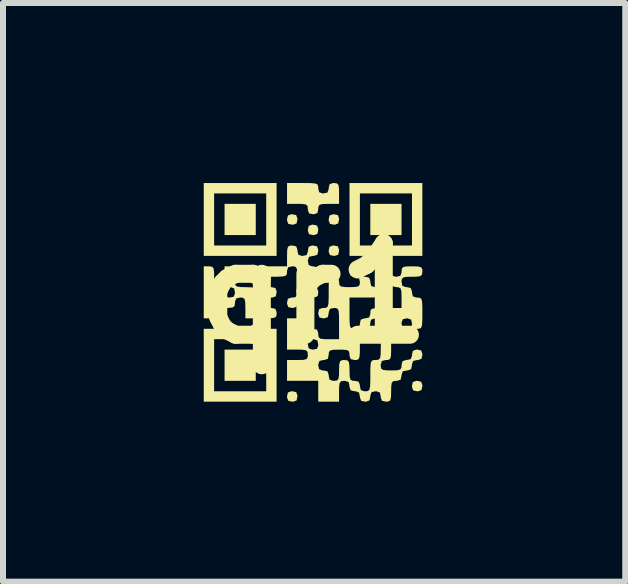
<source format=kicad_pcb>
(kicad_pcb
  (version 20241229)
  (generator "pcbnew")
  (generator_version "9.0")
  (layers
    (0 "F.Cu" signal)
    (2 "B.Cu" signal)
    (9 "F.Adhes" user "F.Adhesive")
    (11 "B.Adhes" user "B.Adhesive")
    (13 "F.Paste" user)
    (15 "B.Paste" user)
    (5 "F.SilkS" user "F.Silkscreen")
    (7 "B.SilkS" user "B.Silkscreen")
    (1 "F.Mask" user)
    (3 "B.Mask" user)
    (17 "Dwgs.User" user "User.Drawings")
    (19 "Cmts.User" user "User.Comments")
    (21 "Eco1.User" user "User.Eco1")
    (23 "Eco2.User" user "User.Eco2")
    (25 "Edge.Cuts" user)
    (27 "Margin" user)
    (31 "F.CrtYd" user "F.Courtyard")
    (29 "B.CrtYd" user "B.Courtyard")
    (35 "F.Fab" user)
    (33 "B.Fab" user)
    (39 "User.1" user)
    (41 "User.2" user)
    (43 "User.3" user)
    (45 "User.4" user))
  (footprint "qr1"
    (layer "F.Cu")
    (at 2.184 1.839)
    (property "Reference" "qr1" (at 0 0 0) (layer "F.SilkS") (effects (font (size 1.524 1.524) (thickness 0.3))))
    (attr board_only exclude_from_pos_files exclude_from_bom)
    (fp_poly (pts (xy -0.972 -0.972) (xy -1.492 -0.972) (xy -1.492 -1.492) (xy -0.972 -1.492)) (stroke (width 0) (type solid)) (fill yes) (layer "F.SilkS"))
    (fp_poly (pts (xy -0.972 1.457) (xy -1.492 1.457) (xy -1.492 0.937) (xy -0.972 0.937)) (stroke (width 0) (type solid)) (fill yes) (layer "F.SilkS"))
    (fp_poly (pts (xy 1.457 -0.972) (xy 0.937 -0.972) (xy 0.937 -1.492) (xy 1.457 -1.492)) (stroke (width 0) (type solid)) (fill yes) (layer "F.SilkS"))
    (fp_poly (pts (xy -0.625 -0.625) (xy -1.839 -0.625) (xy -1.839 -1.666) (xy -1.666 -1.666) (xy -1.666 -0.798) (xy -0.798 -0.798) (xy -0.798 -1.666) (xy -1.666 -1.666) (xy -1.839 -1.666) (xy -1.839 -1.839) (xy -0.625 -1.839)) (stroke (width 0) (type solid)) (fill yes) (layer "F.SilkS"))
    (fp_poly (pts (xy -0.625 1.804) (xy -1.839 1.804) (xy -1.839 0.763) (xy -1.666 0.763) (xy -1.666 1.631) (xy -0.798 1.631) (xy -0.798 0.763) (xy -1.666 0.763) (xy -1.839 0.763) (xy -1.839 0.59) (xy -0.625 0.59)) (stroke (width 0) (type solid)) (fill yes) (layer "F.SilkS"))
    (fp_poly (pts (xy 1.804 -0.625) (xy 0.59 -0.625) (xy 0.59 -1.666) (xy 0.763 -1.666) (xy 0.763 -0.798) (xy 1.631 -0.798) (xy 1.631 -1.666) (xy 0.763 -1.666) (xy 0.59 -1.666) (xy 0.59 -1.839) (xy 1.804 -1.839)) (stroke (width 0) (type solid)) (fill yes) (layer "F.SilkS"))
    (fp_poly (pts (xy -0.298 -1.304) (xy -0.278 -1.248) (xy -0.278 -1.232) (xy -0.292 -1.166) (xy -0.348 -1.145) (xy -0.364 -1.145) (xy -0.43 -1.159) (xy -0.451 -1.216) (xy -0.451 -1.232) (xy -0.437 -1.298) (xy -0.38 -1.318) (xy -0.364 -1.319)) (stroke (width 0) (type solid)) (fill yes) (layer "F.SilkS"))
    (fp_poly (pts (xy -0.298 1.645) (xy -0.278 1.702) (xy -0.278 1.718) (xy -0.292 1.784) (xy -0.348 1.804) (xy -0.364 1.804) (xy -0.43 1.79) (xy -0.451 1.734) (xy -0.451 1.718) (xy -0.437 1.652) (xy -0.38 1.631) (xy -0.364 1.631)) (stroke (width 0) (type solid)) (fill yes) (layer "F.SilkS"))
    (fp_poly (pts (xy 0.049 -1.131) (xy 0.069 -1.074) (xy 0.069 -1.058) (xy 0.055 -0.992) (xy -0.001 -0.972) (xy -0.017 -0.972) (xy -0.083 -0.986) (xy -0.104 -1.042) (xy -0.104 -1.058) (xy -0.09 -1.124) (xy -0.033 -1.145) (xy -0.017 -1.145)) (stroke (width 0) (type solid)) (fill yes) (layer "F.SilkS"))
    (fp_poly (pts (xy 0.396 -1.304) (xy 0.416 -1.248) (xy 0.416 -1.232) (xy 0.402 -1.166) (xy 0.346 -1.145) (xy 0.33 -1.145) (xy 0.264 -1.159) (xy 0.243 -1.216) (xy 0.243 -1.232) (xy 0.257 -1.298) (xy 0.314 -1.318) (xy 0.33 -1.319)) (stroke (width 0) (type solid)) (fill yes) (layer "F.SilkS"))
    (fp_poly (pts (xy 0.396 -0.784) (xy 0.416 -0.727) (xy 0.416 -0.711) (xy 0.402 -0.645) (xy 0.346 -0.625) (xy 0.33 -0.625) (xy 0.264 -0.639) (xy 0.243 -0.695) (xy 0.243 -0.711) (xy 0.257 -0.777) (xy 0.314 -0.798) (xy 0.33 -0.798)) (stroke (width 0) (type solid)) (fill yes) (layer "F.SilkS"))
    (fp_poly (pts (xy 1.09 0.604) (xy 1.11 0.661) (xy 1.11 0.677) (xy 1.096 0.743) (xy 1.04 0.763) (xy 1.024 0.763) (xy 0.958 0.749) (xy 0.937 0.693) (xy 0.937 0.677) (xy 0.951 0.611) (xy 1.008 0.59) (xy 1.024 0.59)) (stroke (width 0) (type solid)) (fill yes) (layer "F.SilkS"))
    (fp_poly (pts (xy 1.784 1.472) (xy 1.804 1.528) (xy 1.804 1.544) (xy 1.79 1.61) (xy 1.734 1.631) (xy 1.718 1.631) (xy 1.652 1.617) (xy 1.631 1.56) (xy 1.631 1.544) (xy 1.645 1.478) (xy 1.702 1.458) (xy 1.718 1.457)) (stroke (width 0) (type solid)) (fill yes) (layer "F.SilkS"))
    (fp_poly (pts (xy -0.058 -1.838) (xy 0.019 -1.831) (xy 0.057 -1.815) (xy 0.068 -1.783) (xy 0.069 -1.752) (xy 0.084 -1.686) (xy 0.14 -1.666) (xy 0.156 -1.666) (xy 0.222 -1.68) (xy 0.243 -1.736) (xy 0.243 -1.752) (xy 0.257 -1.818) (xy 0.314 -1.839) (xy 0.33 -1.839) (xy 0.381 -1.833) (xy 0.407 -1.805) (xy 0.416 -1.735) (xy 0.416 -1.666) (xy 0.416 -1.492) (xy 0.243 -1.492) (xy 0.14 -1.489) (xy 0.089 -1.475) (xy 0.071 -1.44) (xy 0.069 -1.405) (xy 0.055 -1.339) (xy -0.001 -1.319) (xy -0.017 -1.319) (xy -0.083 -1.333) (xy -0.104 -1.389) (xy -0.104 -1.405) (xy -0.11 -1.457) (xy -0.138 -1.482) (xy -0.208 -1.491) (xy -0.278 -1.492) (xy -0.451 -1.492) (xy -0.451 -1.839) (xy -0.191 -1.839)) (stroke (width 0) (type solid)) (fill yes) (layer "F.SilkS"))
    (fp_poly (pts (xy 0.049 -0.784) (xy 0.069 -0.727) (xy 0.069 -0.711) (xy 0.055 -0.645) (xy -0.001 -0.625) (xy -0.017 -0.625) (xy -0.083 -0.61) (xy -0.104 -0.554) (xy -0.104 -0.538) (xy -0.09 -0.472) (xy -0.033 -0.451) (xy -0.017 -0.451) (xy 0.049 -0.437) (xy 0.069 -0.38) (xy 0.069 -0.364) (xy 0.055 -0.298) (xy -0.001 -0.278) (xy -0.017 -0.278) (xy -0.083 -0.263) (xy -0.104 -0.207) (xy -0.104 -0.191) (xy -0.09 -0.125) (xy -0.033 -0.104) (xy -0.017 -0.104) (xy 0.049 -0.09) (xy 0.069 -0.033) (xy 0.069 -0.017) (xy 0.064 0.034) (xy 0.035 0.06) (xy -0.034 0.069) (xy -0.104 0.069) (xy -0.207 0.072) (xy -0.258 0.087) (xy -0.276 0.121) (xy -0.278 0.156) (xy -0.292 0.222) (xy -0.348 0.243) (xy -0.364 0.243) (xy -0.43 0.229) (xy -0.451 0.172) (xy -0.451 0.156) (xy -0.437 0.09) (xy -0.38 0.07) (xy -0.364 0.069) (xy -0.32 0.066) (xy -0.294 0.047) (xy -0.282 -0.004) (xy -0.278 -0.099) (xy -0.278 -0.191) (xy -0.279 -0.323) (xy -0.285 -0.401) (xy -0.302 -0.438) (xy -0.334 -0.45) (xy -0.364 -0.451) (xy -0.43 -0.437) (xy -0.451 -0.38) (xy -0.451 -0.364) (xy -0.454 -0.32) (xy -0.474 -0.294) (xy -0.524 -0.282) (xy -0.62 -0.278) (xy -0.711 -0.278) (xy -0.844 -0.279) (xy -0.921 -0.285) (xy -0.959 -0.302) (xy -0.971 -0.334) (xy -0.972 -0.364) (xy -0.968 -0.408) (xy -0.949 -0.434) (xy -0.899 -0.447) (xy -0.803 -0.451) (xy -0.711 -0.451) (xy -0.451 -0.451) (xy -0.451 -0.625) (xy -0.448 -0.728) (xy -0.434 -0.779) (xy -0.399 -0.796) (xy -0.364 -0.798) (xy -0.298 -0.784) (xy -0.278 -0.727) (xy -0.278 -0.711) (xy -0.263 -0.645) (xy -0.207 -0.625) (xy -0.191 -0.625) (xy -0.125 -0.639) (xy -0.104 -0.695) (xy -0.104 -0.711) (xy -0.09 -0.777) (xy -0.033 -0.798) (xy -0.017 -0.798)) (stroke (width 0) (type solid)) (fill yes) (layer "F.SilkS"))
    (fp_poly (pts (xy -1.701 -0.445) (xy -1.675 -0.417) (xy -1.666 -0.347) (xy -1.666 -0.278) (xy -1.663 -0.175) (xy -1.648 -0.123) (xy -1.614 -0.106) (xy -1.579 -0.104) (xy -1.527 -0.11) (xy -1.502 -0.138) (xy -1.493 -0.208) (xy -1.492 -0.278) (xy -1.492 -0.451) (xy -1.319 -0.451) (xy -1.216 -0.448) (xy -1.164 -0.434) (xy -1.147 -0.399) (xy -1.145 -0.364) (xy -1.159 -0.298) (xy -1.216 -0.278) (xy -1.232 -0.278) (xy -1.298 -0.263) (xy -1.318 -0.207) (xy -1.319 -0.191) (xy -1.313 -0.139) (xy -1.284 -0.114) (xy -1.215 -0.105) (xy -1.145 -0.104) (xy -1.042 -0.101) (xy -0.991 -0.087) (xy -0.973 -0.052) (xy -0.972 -0.017) (xy -0.957 0.049) (xy -0.901 0.069) (xy -0.885 0.069) (xy -0.819 0.055) (xy -0.798 -0.001) (xy -0.798 -0.017) (xy -0.784 -0.083) (xy -0.727 -0.104) (xy -0.711 -0.104) (xy -0.645 -0.09) (xy -0.625 -0.033) (xy -0.625 -0.017) (xy -0.639 0.049) (xy -0.695 0.069) (xy -0.711 0.069) (xy -0.777 0.084) (xy -0.798 0.14) (xy -0.798 0.156) (xy -0.784 0.222) (xy -0.727 0.243) (xy -0.711 0.243) (xy -0.645 0.257) (xy -0.625 0.314) (xy -0.625 0.33) (xy -0.628 0.374) (xy -0.647 0.4) (xy -0.698 0.412) (xy -0.793 0.416) (xy -0.885 0.416) (xy -1.145 0.416) (xy -1.145 0.243) (xy -1.148 0.14) (xy -1.162 0.089) (xy -1.197 0.071) (xy -1.232 0.069) (xy -1.298 0.084) (xy -1.318 0.14) (xy -1.319 0.156) (xy -1.324 0.208) (xy -1.353 0.233) (xy -1.422 0.242) (xy -1.492 0.243) (xy -1.595 0.246) (xy -1.646 0.26) (xy -1.664 0.295) (xy -1.666 0.33) (xy -1.68 0.396) (xy -1.736 0.416) (xy -1.752 0.416) (xy -1.839 0.416) (xy -1.839 -0.017) (xy -1.492 -0.017) (xy -1.478 0.049) (xy -1.421 0.069) (xy -1.405 0.069) (xy -1.339 0.055) (xy -1.319 -0.001) (xy -1.319 -0.017) (xy -1.333 -0.083) (xy -1.389 -0.104) (xy -1.405 -0.104) (xy -1.471 -0.09) (xy -1.492 -0.033) (xy -1.492 -0.017) (xy -1.839 -0.017) (xy -1.839 -0.451) (xy -1.752 -0.451)) (stroke (width 0) (type solid)) (fill yes) (layer "F.SilkS"))
    (fp_poly (pts (xy 1.734 -0.448) (xy 1.785 -0.434) (xy 1.803 -0.399) (xy 1.804 -0.364) (xy 1.799 -0.313) (xy 1.77 -0.287) (xy 1.701 -0.278) (xy 1.631 -0.278) (xy 1.528 -0.275) (xy 1.477 -0.26) (xy 1.459 -0.226) (xy 1.457 -0.191) (xy 1.472 -0.125) (xy 1.528 -0.104) (xy 1.544 -0.104) (xy 1.61 -0.09) (xy 1.631 -0.033) (xy 1.631 -0.017) (xy 1.645 0.049) (xy 1.702 0.069) (xy 1.718 0.069) (xy 1.762 0.073) (xy 1.788 0.092) (xy 1.8 0.142) (xy 1.804 0.238) (xy 1.804 0.33) (xy 1.803 0.462) (xy 1.797 0.54) (xy 1.78 0.577) (xy 1.748 0.589) (xy 1.718 0.59) (xy 1.652 0.604) (xy 1.631 0.661) (xy 1.631 0.677) (xy 1.625 0.728) (xy 1.597 0.754) (xy 1.527 0.763) (xy 1.457 0.763) (xy 1.284 0.763) (xy 1.284 0.937) (xy 1.281 1.04) (xy 1.267 1.091) (xy 1.232 1.109) (xy 1.197 1.11) (xy 1.131 1.125) (xy 1.111 1.181) (xy 1.11 1.197) (xy 1.116 1.249) (xy 1.145 1.274) (xy 1.214 1.283) (xy 1.284 1.284) (xy 1.387 1.281) (xy 1.438 1.267) (xy 1.456 1.232) (xy 1.457 1.197) (xy 1.472 1.131) (xy 1.528 1.111) (xy 1.544 1.11) (xy 1.61 1.096) (xy 1.631 1.04) (xy 1.631 1.024) (xy 1.645 0.958) (xy 1.702 0.937) (xy 1.718 0.937) (xy 1.784 0.951) (xy 1.804 1.008) (xy 1.804 1.024) (xy 1.79 1.09) (xy 1.734 1.11) (xy 1.718 1.11) (xy 1.652 1.125) (xy 1.631 1.181) (xy 1.631 1.197) (xy 1.617 1.263) (xy 1.56 1.284) (xy 1.544 1.284) (xy 1.478 1.298) (xy 1.458 1.355) (xy 1.457 1.371) (xy 1.443 1.437) (xy 1.387 1.457) (xy 1.371 1.457) (xy 1.319 1.463) (xy 1.293 1.492) (xy 1.285 1.561) (xy 1.284 1.631) (xy 1.281 1.734) (xy 1.267 1.785) (xy 1.232 1.803) (xy 1.197 1.804) (xy 1.131 1.79) (xy 1.111 1.734) (xy 1.11 1.718) (xy 1.096 1.652) (xy 1.04 1.631) (xy 1.024 1.631) (xy 0.958 1.645) (xy 0.937 1.702) (xy 0.937 1.718) (xy 0.923 1.784) (xy 0.866 1.804) (xy 0.85 1.804) (xy 0.784 1.79) (xy 0.764 1.734) (xy 0.763 1.718) (xy 0.749 1.652) (xy 0.693 1.631) (xy 0.677 1.631) (xy 0.611 1.617) (xy 0.59 1.56) (xy 0.59 1.544) (xy 0.576 1.478) (xy 0.519 1.458) (xy 0.503 1.457) (xy 0.452 1.463) (xy 0.426 1.492) (xy 0.417 1.561) (xy 0.416 1.631) (xy 0.416 1.804) (xy 0.069 1.804) (xy 0.069 1.457) (xy -0.451 1.457) (xy -0.451 1.197) (xy 0.069 1.197) (xy 0.084 1.263) (xy 0.14 1.284) (xy 0.156 1.284) (xy 0.222 1.298) (xy 0.243 1.355) (xy 0.243 1.371) (xy 0.257 1.437) (xy 0.314 1.457) (xy 0.33 1.457) (xy 0.381 1.452) (xy 0.407 1.423) (xy 0.416 1.354) (xy 0.416 1.284) (xy 0.419 1.181) (xy 0.434 1.13) (xy 0.468 1.112) (xy 0.503 1.11) (xy 0.555 1.116) (xy 0.58 1.145) (xy 0.589 1.214) (xy 0.59 1.284) (xy 0.593 1.387) (xy 0.607 1.438) (xy 0.642 1.456) (xy 0.677 1.457) (xy 0.743 1.472) (xy 0.763 1.528) (xy 0.763 1.544) (xy 0.778 1.61) (xy 0.834 1.631) (xy 0.85 1.631) (xy 0.894 1.628) (xy 0.92 1.608) (xy 0.933 1.558) (xy 0.937 1.462) (xy 0.937 1.371) (xy 0.938 1.238) (xy 0.944 1.161) (xy 0.961 1.123) (xy 0.993 1.111) (xy 1.024 1.11) (xy 1.075 1.105) (xy 1.101 1.076) (xy 1.11 1.007) (xy 1.11 0.937) (xy 1.113 0.834) (xy 1.128 0.783) (xy 1.162 0.765) (xy 1.197 0.763) (xy 1.249 0.758) (xy 1.274 0.729) (xy 1.283 0.66) (xy 1.284 0.59) (xy 1.284 0.503) (xy 1.457 0.503) (xy 1.472 0.569) (xy 1.528 0.59) (xy 1.544 0.59) (xy 1.61 0.576) (xy 1.631 0.519) (xy 1.631 0.503) (xy 1.617 0.437) (xy 1.56 0.417) (xy 1.544 0.416) (xy 1.478 0.431) (xy 1.458 0.487) (xy 1.457 0.503) (xy 1.284 0.503) (xy 1.284 0.416) (xy 1.11 0.416) (xy 1.007 0.419) (xy 0.956 0.434) (xy 0.939 0.468) (xy 0.937 0.503) (xy 0.923 0.569) (xy 0.866 0.59) (xy 0.85 0.59) (xy 0.806 0.593) (xy 0.78 0.613) (xy 0.768 0.663) (xy 0.764 0.759) (xy 0.763 0.85) (xy 0.762 0.983) (xy 0.756 1.06) (xy 0.739 1.098) (xy 0.707 1.109) (xy 0.677 1.11) (xy 0.611 1.096) (xy 0.59 1.04) (xy 0.59 1.024) (xy 0.584 0.972) (xy 0.556 0.946) (xy 0.486 0.938) (xy 0.416 0.937) (xy 0.313 0.94) (xy 0.262 0.954) (xy 0.245 0.989) (xy 0.243 1.024) (xy 0.229 1.09) (xy 0.172 1.11) (xy 0.156 1.11) (xy 0.09 1.125) (xy 0.07 1.181) (xy 0.069 1.197) (xy -0.451 1.197) (xy -0.451 1.11) (xy -0.278 1.11) (xy -0.175 1.108) (xy -0.123 1.093) (xy -0.106 1.058) (xy -0.104 1.024) (xy -0.11 0.972) (xy -0.138 0.946) (xy -0.208 0.938) (xy -0.278 0.937) (xy -0.451 0.937) (xy -0.451 0.85) (xy -0.104 0.85) (xy -0.09 0.916) (xy -0.033 0.937) (xy -0.017 0.937) (xy 0.049 0.923) (xy 0.069 0.866) (xy 0.069 0.85) (xy 0.055 0.784) (xy -0.001 0.764) (xy -0.017 0.763) (xy -0.083 0.778) (xy -0.104 0.834) (xy -0.104 0.85) (xy -0.451 0.85) (xy -0.451 0.416) (xy -0.278 0.416) (xy -0.175 0.419) (xy -0.123 0.434) (xy -0.106 0.468) (xy -0.104 0.503) (xy -0.09 0.569) (xy -0.033 0.59) (xy -0.017 0.59) (xy 0.049 0.604) (xy 0.069 0.661) (xy 0.069 0.677) (xy 0.075 0.728) (xy 0.104 0.754) (xy 0.173 0.763) (xy 0.243 0.763) (xy 0.416 0.763) (xy 0.416 0.503) (xy 0.415 0.371) (xy 0.409 0.293) (xy 0.392 0.256) (xy 0.36 0.244) (xy 0.33 0.243) (xy 0.264 0.257) (xy 0.243 0.314) (xy 0.243 0.33) (xy 0.229 0.396) (xy 0.172 0.416) (xy 0.156 0.416) (xy 0.09 0.402) (xy 0.07 0.346) (xy 0.069 0.33) (xy 0.084 0.264) (xy 0.14 0.243) (xy 0.156 0.243) (xy 0.2 0.24) (xy 0.226 0.22) (xy 0.239 0.17) (xy 0.243 0.074) (xy 0.243 -0.017) (xy 0.244 -0.15) (xy 0.25 -0.227) (xy 0.267 -0.265) (xy 0.299 -0.277) (xy 0.33 -0.278) (xy 0.396 -0.263) (xy 0.416 -0.207) (xy 0.416 -0.191) (xy 0.422 -0.139) (xy 0.451 -0.114) (xy 0.52 -0.105) (xy 0.59 -0.104) (xy 0.693 -0.107) (xy 0.744 -0.121) (xy 0.762 -0.156) (xy 0.763 -0.191) (xy 0.749 -0.257) (xy 0.693 -0.277) (xy 0.677 -0.278) (xy 0.611 -0.292) (xy 0.59 -0.348) (xy 0.59 -0.364) (xy 0.604 -0.43) (xy 0.661 -0.451) (xy 0.677 -0.451) (xy 0.743 -0.437) (xy 0.763 -0.38) (xy 0.763 -0.364) (xy 0.778 -0.298) (xy 0.834 -0.278) (xy 0.85 -0.278) (xy 0.916 -0.263) (xy 0.937 -0.207) (xy 0.937 -0.191) (xy 0.951 -0.125) (xy 1.008 -0.104) (xy 1.024 -0.104) (xy 1.09 -0.09) (xy 1.11 -0.033) (xy 1.11 -0.017) (xy 1.107 0.027) (xy 1.088 0.053) (xy 1.037 0.065) (xy 0.942 0.069) (xy 0.85 0.069) (xy 0.59 0.069) (xy 0.59 0.33) (xy 0.591 0.462) (xy 0.597 0.54) (xy 0.614 0.577) (xy 0.646 0.589) (xy 0.677 0.59) (xy 0.743 0.576) (xy 0.763 0.519) (xy 0.763 0.503) (xy 0.778 0.437) (xy 0.834 0.417) (xy 0.85 0.416) (xy 0.916 0.402) (xy 0.937 0.346) (xy 0.937 0.33) (xy 0.94 0.286) (xy 0.96 0.26) (xy 1.01 0.247) (xy 1.106 0.243) (xy 1.197 0.243) (xy 1.457 0.243) (xy 1.457 0.069) (xy 1.455 -0.034) (xy 1.44 -0.085) (xy 1.405 -0.102) (xy 1.371 -0.104) (xy 1.305 -0.118) (xy 1.284 -0.175) (xy 1.284 -0.191) (xy 1.27 -0.257) (xy 1.213 -0.277) (xy 1.197 -0.278) (xy 1.131 -0.292) (xy 1.111 -0.348) (xy 1.11 -0.364) (xy 1.125 -0.43) (xy 1.181 -0.451) (xy 1.197 -0.451) (xy 1.263 -0.437) (xy 1.284 -0.38) (xy 1.284 -0.364) (xy 1.298 -0.298) (xy 1.355 -0.278) (xy 1.371 -0.278) (xy 1.437 -0.292) (xy 1.457 -0.348) (xy 1.457 -0.364) (xy 1.463 -0.416) (xy 1.492 -0.442) (xy 1.561 -0.45) (xy 1.631 -0.451)) (stroke (width 0) (type solid)) (fill yes) (layer "F.SilkS")))
  (gr_rect
    (start -3 -3)
    (end 7.369 6.643)
    (stroke (width 0.1) (type default))
    (fill no)
    (layer "Edge.Cuts")))
</source>
